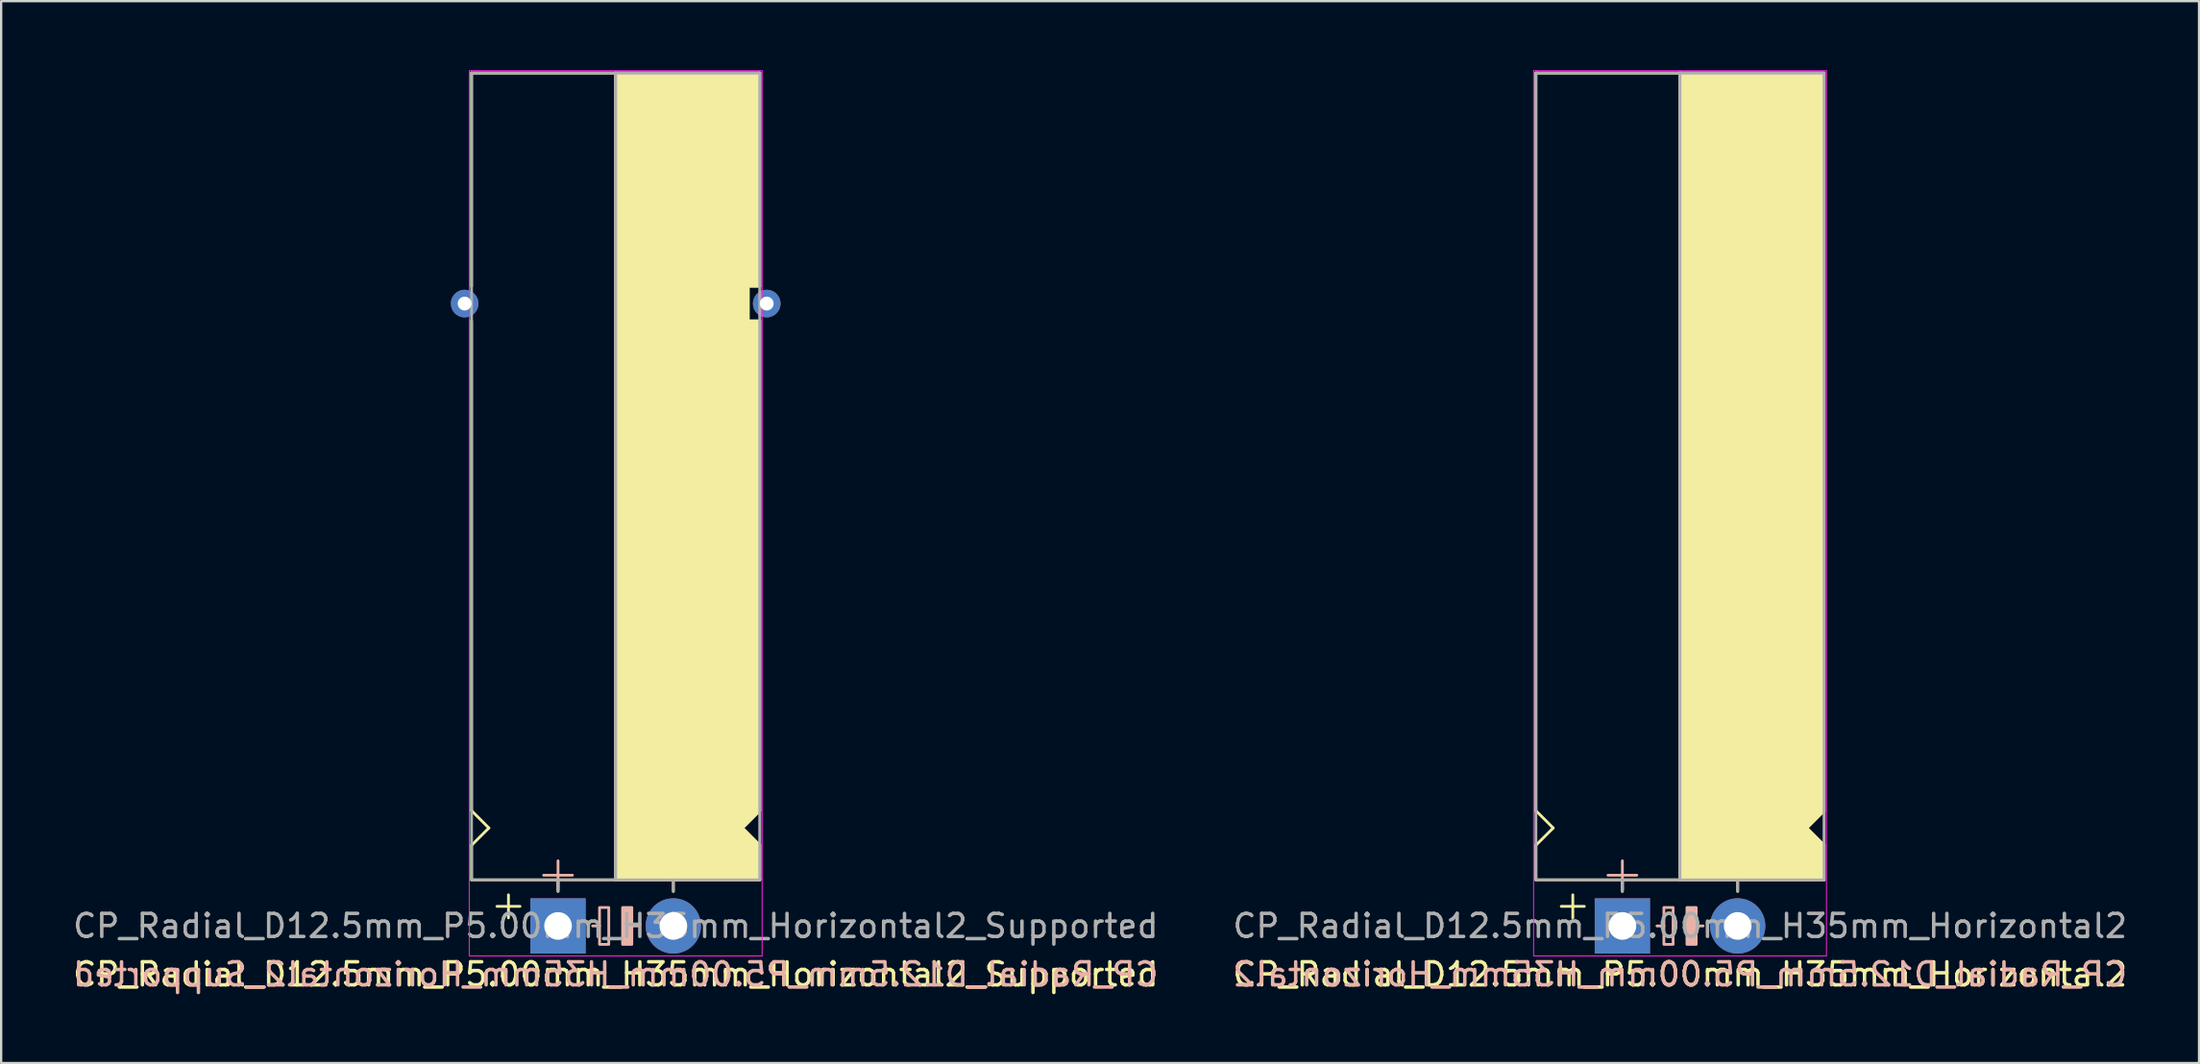
<source format=kicad_pcb>
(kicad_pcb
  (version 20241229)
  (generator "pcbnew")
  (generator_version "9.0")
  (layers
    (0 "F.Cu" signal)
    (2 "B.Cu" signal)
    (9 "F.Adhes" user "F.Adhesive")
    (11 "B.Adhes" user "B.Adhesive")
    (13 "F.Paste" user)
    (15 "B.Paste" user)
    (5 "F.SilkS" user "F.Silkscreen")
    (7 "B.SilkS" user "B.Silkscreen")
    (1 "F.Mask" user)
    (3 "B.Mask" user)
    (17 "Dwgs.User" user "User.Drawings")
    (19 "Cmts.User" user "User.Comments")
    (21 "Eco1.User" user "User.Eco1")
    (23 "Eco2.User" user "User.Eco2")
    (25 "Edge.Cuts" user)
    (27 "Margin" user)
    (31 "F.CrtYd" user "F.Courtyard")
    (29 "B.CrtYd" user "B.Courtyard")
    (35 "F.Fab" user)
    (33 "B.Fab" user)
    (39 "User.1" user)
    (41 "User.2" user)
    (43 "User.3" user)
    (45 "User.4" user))
  (footprint "CP_Radial_D12.5mm_P5.00mm_H35mm_Horizontal2_Supported"
    (layer "F.Cu")
    (at 21.149 37.12)
    (property "Reference" "CP_Radial_D12.5mm_P5.00mm_H35mm_Horizontal2_Supported" (at 2.5 2.1 180) (layer "F.SilkS") (effects (font (size 1 1) (thickness 0.15))))
    (fp_line (start -3.75 -37) (end -3.75 -27.75) (stroke (width 0.12) (type solid)) (layer "F.SilkS"))
    (fp_line (start -3.75 -5) (end -3.75 -26.25) (stroke (width 0.12) (type solid)) (layer "F.SilkS"))
    (fp_line (start -3.75 -3.5) (end -3 -4.25) (stroke (width 0.12) (type solid)) (layer "F.SilkS"))
    (fp_line (start -3.75 -2) (end -3.75 -3.5) (stroke (width 0.12) (type solid)) (layer "F.SilkS"))
    (fp_line (start -3 -4.25) (end -3.75 -5) (stroke (width 0.12) (type solid)) (layer "F.SilkS"))
    (fp_line (start -2.15 -1.35) (end -2.15 -0.35) (stroke (width 0.12) (type solid)) (layer "F.SilkS"))
    (fp_line (start -1.65 -0.85) (end -2.65 -0.85) (stroke (width 0.12) (type solid)) (layer "F.SilkS"))
    (fp_line (start 0 -1.5) (end 0 -2) (stroke (width 0.12) (type solid)) (layer "F.SilkS"))
    (fp_line (start 2.5 -2) (end -3.75 -2) (stroke (width 0.12) (type solid)) (layer "F.SilkS"))
    (fp_line (start 2.5 -2) (end 2.5 -37) (stroke (width 0.12) (type solid)) (layer "F.SilkS"))
    (fp_line (start 2.5 -2) (end 8.75 -2) (stroke (width 0.12) (type solid)) (layer "F.SilkS"))
    (fp_line (start 5 -1.5) (end 5 -2) (stroke (width 0.12) (type solid)) (layer "F.SilkS"))
    (fp_line (start 8 -4.25) (end 8.75 -5) (stroke (width 0.12) (type solid)) (layer "F.SilkS"))
    (fp_line (start 8.25 -27.75) (end 8.25 -26.25) (stroke (width 0.12) (type solid)) (layer "F.SilkS"))
    (fp_line (start 8.25 -26.25) (end 8.75 -26.25) (stroke (width 0.12) (type solid)) (layer "F.SilkS"))
    (fp_line (start 8.75 -37) (end -3.75 -37) (stroke (width 0.12) (type solid)) (layer "F.SilkS"))
    (fp_line (start 8.75 -37) (end 8.75 -27.75) (stroke (width 0.12) (type solid)) (layer "F.SilkS"))
    (fp_line (start 8.75 -27.75) (end 8.25 -27.75) (stroke (width 0.12) (type solid)) (layer "F.SilkS"))
    (fp_line (start 8.75 -5) (end 8.75 -26.25) (stroke (width 0.12) (type solid)) (layer "F.SilkS"))
    (fp_line (start 8.75 -3.5) (end 8 -4.25) (stroke (width 0.12) (type solid)) (layer "F.SilkS"))
    (fp_line (start 8.75 -2) (end 8.75 -3.5) (stroke (width 0.12) (type solid)) (layer "F.SilkS"))
    (fp_poly (pts (xy 8.75 -3.5) (xy 8 -4.25) (xy 8.75 -5) (xy 8.75 -26.25) (xy 8.25 -26.25) (xy 8.25 -27.75) (xy 8.75 -27.75) (xy 8.75 -37) (xy 2.5 -37) (xy 2.5 -2) (xy 8.75 -2)) (stroke (width 0.1) (type solid)) (fill yes) (layer "F.SilkS"))
    (fp_line (start 0 -2.825) (end 0 -1.575) (stroke (width 0.12) (type solid)) (layer "B.SilkS"))
    (fp_line (start 0.625 -2.2) (end -0.625 -2.2) (stroke (width 0.12) (type solid)) (layer "B.SilkS"))
    (fp_line (start 1.8 0) (end 1.5 0) (stroke (width 0.12) (type solid)) (layer "B.SilkS"))
    (fp_line (start 3.5 0) (end 3.2 0) (stroke (width 0.12) (type solid)) (layer "B.SilkS"))
    (fp_rect (start 2.2 -0.8) (end 1.8 0.8) (stroke (width 0.12) (type solid)) (fill no) (layer "B.SilkS"))
    (fp_rect (start 3.2 -0.8) (end 2.8 0.8) (stroke (width 0.12) (type solid)) (fill yes) (layer "B.SilkS"))
    (fp_line (start -3.85 -37.1) (end -3.85 1.3) (stroke (width 0.04) (type solid)) (layer "F.CrtYd"))
    (fp_line (start 8.85 -37.1) (end -3.85 -37.1) (stroke (width 0.04) (type solid)) (layer "F.CrtYd"))
    (fp_line (start 8.85 1.3) (end -3.85 1.3) (stroke (width 0.04) (type solid)) (layer "F.CrtYd"))
    (fp_line (start 8.85 1.3) (end 8.85 -37.1) (stroke (width 0.04) (type solid)) (layer "F.CrtYd"))
    (fp_line (start -3.75 -37) (end 8.75 -37) (stroke (width 0.12) (type solid)) (layer "F.Fab"))
    (fp_line (start -3.75 -2) (end -3.75 -37) (stroke (width 0.12) (type solid)) (layer "F.Fab"))
    (fp_line (start 0 -2) (end -3.75 -2) (stroke (width 0.12) (type solid)) (layer "F.Fab"))
    (fp_line (start 0 -1.5) (end 0 -2) (stroke (width 0.12) (type solid)) (layer "F.Fab"))
    (fp_line (start 2.5 -2) (end 2.5 -37) (stroke (width 0.12) (type solid)) (layer "F.Fab"))
    (fp_line (start 5 -2) (end 5 -1.5) (stroke (width 0.12) (type solid)) (layer "F.Fab"))
    (fp_line (start 8.75 -37) (end 8.75 -2) (stroke (width 0.12) (type solid)) (layer "F.Fab"))
    (fp_line (start 8.75 -2) (end 0 -2) (stroke (width 0.12) (type solid)) (layer "F.Fab"))
    (fp_poly (pts (xy 8.75 -37) (xy 2.5 -37) (xy 2.5 -2) (xy 8.75 -2)) (stroke (width 0.1) (type solid)) (fill no) (layer "F.Fab"))
    (fp_text user "${REFERENCE}" (at 2.5 2.1 0) (layer "B.SilkS") (effects (font (size 1 1) (thickness 0.15)) (justify mirror)))
    (fp_text user "${REFERENCE}" (at 2.5 0 0) (layer "F.Fab") (effects (font (size 1 1) (thickness 0.15))))
    (pad "1" thru_hole rect (at 0 0) (size 2.4 2.4) (drill 1.2) (layers "*.Cu" "*.Mask"))
    (pad "2" thru_hole circle (at 5 0) (size 2.4 2.4) (drill 1.2) (layers "*.Cu" "*.Mask"))
    (pad "~" thru_hole circle (at -4.05 -27 180) (size 1.2 1.2) (drill 0.6) (layers "*.Cu" "*.Mask"))
    (pad "~" thru_hole circle (at 9.05 -27 180) (size 1.2 1.2) (drill 0.6) (layers "*.Cu" "*.Mask")))
  (footprint "CP_Radial_D12.5mm_P5.00mm_H35mm_Horizontal2"
    (layer "F.Cu")
    (at 67.304 37.12)
    (property "Reference" "CP_Radial_D12.5mm_P5.00mm_H35mm_Horizontal2" (at 2.5 2.1 180) (layer "F.SilkS") (effects (font (size 1 1) (thickness 0.15))))
    (fp_line (start -3.75 -5) (end -3.75 -37) (stroke (width 0.12) (type solid)) (layer "F.SilkS"))
    (fp_line (start -3.75 -3.5) (end -3 -4.25) (stroke (width 0.12) (type solid)) (layer "F.SilkS"))
    (fp_line (start -3.75 -2) (end -3.75 -3.5) (stroke (width 0.12) (type solid)) (layer "F.SilkS"))
    (fp_line (start -3 -4.25) (end -3.75 -5) (stroke (width 0.12) (type solid)) (layer "F.SilkS"))
    (fp_line (start -2.15 -1.35) (end -2.15 -0.35) (stroke (width 0.12) (type solid)) (layer "F.SilkS"))
    (fp_line (start -1.65 -0.85) (end -2.65 -0.85) (stroke (width 0.12) (type solid)) (layer "F.SilkS"))
    (fp_line (start 0 -1.5) (end 0 -2) (stroke (width 0.12) (type solid)) (layer "F.SilkS"))
    (fp_line (start 2.5 -2) (end -3.75 -2) (stroke (width 0.12) (type solid)) (layer "F.SilkS"))
    (fp_line (start 2.5 -2) (end 2.5 -37) (stroke (width 0.12) (type solid)) (layer "F.SilkS"))
    (fp_line (start 2.5 -2) (end 8.75 -2) (stroke (width 0.12) (type solid)) (layer "F.SilkS"))
    (fp_line (start 5 -1.5) (end 5 -2) (stroke (width 0.12) (type solid)) (layer "F.SilkS"))
    (fp_line (start 8 -4.25) (end 8.75 -5) (stroke (width 0.12) (type solid)) (layer "F.SilkS"))
    (fp_line (start 8.75 -37) (end -3.75 -37) (stroke (width 0.12) (type solid)) (layer "F.SilkS"))
    (fp_line (start 8.75 -5) (end 8.75 -37) (stroke (width 0.12) (type solid)) (layer "F.SilkS"))
    (fp_line (start 8.75 -3.5) (end 8 -4.25) (stroke (width 0.12) (type solid)) (layer "F.SilkS"))
    (fp_line (start 8.75 -2) (end 8.75 -3.5) (stroke (width 0.12) (type solid)) (layer "F.SilkS"))
    (fp_poly (pts (xy 8.75 -3.5) (xy 8 -4.25) (xy 8.75 -5) (xy 8.75 -37) (xy 2.5 -37) (xy 2.5 -2) (xy 8.75 -2)) (stroke (width 0.1) (type solid)) (fill yes) (layer "F.SilkS"))
    (fp_line (start 0 -2.825) (end 0 -1.575) (stroke (width 0.12) (type solid)) (layer "B.SilkS"))
    (fp_line (start 0.625 -2.2) (end -0.625 -2.2) (stroke (width 0.12) (type solid)) (layer "B.SilkS"))
    (fp_line (start 1.8 0) (end 1.5 0) (stroke (width 0.12) (type solid)) (layer "B.SilkS"))
    (fp_line (start 3.5 0) (end 3.2 0) (stroke (width 0.12) (type solid)) (layer "B.SilkS"))
    (fp_rect (start 2.2 -0.8) (end 1.8 0.8) (stroke (width 0.12) (type solid)) (fill no) (layer "B.SilkS"))
    (fp_rect (start 3.2 -0.8) (end 2.8 0.8) (stroke (width 0.12) (type solid)) (fill yes) (layer "B.SilkS"))
    (fp_line (start -3.85 -37.1) (end -3.85 1.3) (stroke (width 0.04) (type solid)) (layer "F.CrtYd"))
    (fp_line (start 8.85 -37.1) (end -3.85 -37.1) (stroke (width 0.04) (type solid)) (layer "F.CrtYd"))
    (fp_line (start 8.85 1.3) (end -3.85 1.3) (stroke (width 0.04) (type solid)) (layer "F.CrtYd"))
    (fp_line (start 8.85 1.3) (end 8.85 -37.1) (stroke (width 0.04) (type solid)) (layer "F.CrtYd"))
    (fp_line (start -3.75 -37) (end 8.75 -37) (stroke (width 0.12) (type solid)) (layer "F.Fab"))
    (fp_line (start -3.75 -2) (end -3.75 -37) (stroke (width 0.12) (type solid)) (layer "F.Fab"))
    (fp_line (start 0 -2) (end -3.75 -2) (stroke (width 0.12) (type solid)) (layer "F.Fab"))
    (fp_line (start 0 -1.5) (end 0 -2) (stroke (width 0.12) (type solid)) (layer "F.Fab"))
    (fp_line (start 2.5 -2) (end 2.5 -37) (stroke (width 0.12) (type solid)) (layer "F.Fab"))
    (fp_line (start 5 -2) (end 5 -1.5) (stroke (width 0.12) (type solid)) (layer "F.Fab"))
    (fp_line (start 8.75 -37) (end 8.75 -2) (stroke (width 0.12) (type solid)) (layer "F.Fab"))
    (fp_line (start 8.75 -2) (end 0 -2) (stroke (width 0.12) (type solid)) (layer "F.Fab"))
    (fp_poly (pts (xy 8.75 -37) (xy 2.5 -37) (xy 2.5 -2) (xy 8.75 -2)) (stroke (width 0.1) (type solid)) (fill no) (layer "F.Fab"))
    (fp_text user "${REFERENCE}" (at 2.5 2.1 0) (layer "B.SilkS") (effects (font (size 1 1) (thickness 0.15)) (justify mirror)))
    (fp_text user "${REFERENCE}" (at 2.5 0 0) (layer "F.Fab") (effects (font (size 1 1) (thickness 0.15))))
    (pad "1" thru_hole rect (at 0 0) (size 2.4 2.4) (drill 1.2) (layers "*.Cu" "*.Mask"))
    (pad "2" thru_hole circle (at 5 0) (size 2.4 2.4) (drill 1.2) (layers "*.Cu" "*.Mask")))
  (gr_rect
    (start -3 -3)
    (end 92.31 43.068)
    (stroke (width 0.1) (type default))
    (fill no)
    (layer "Edge.Cuts")))
</source>
